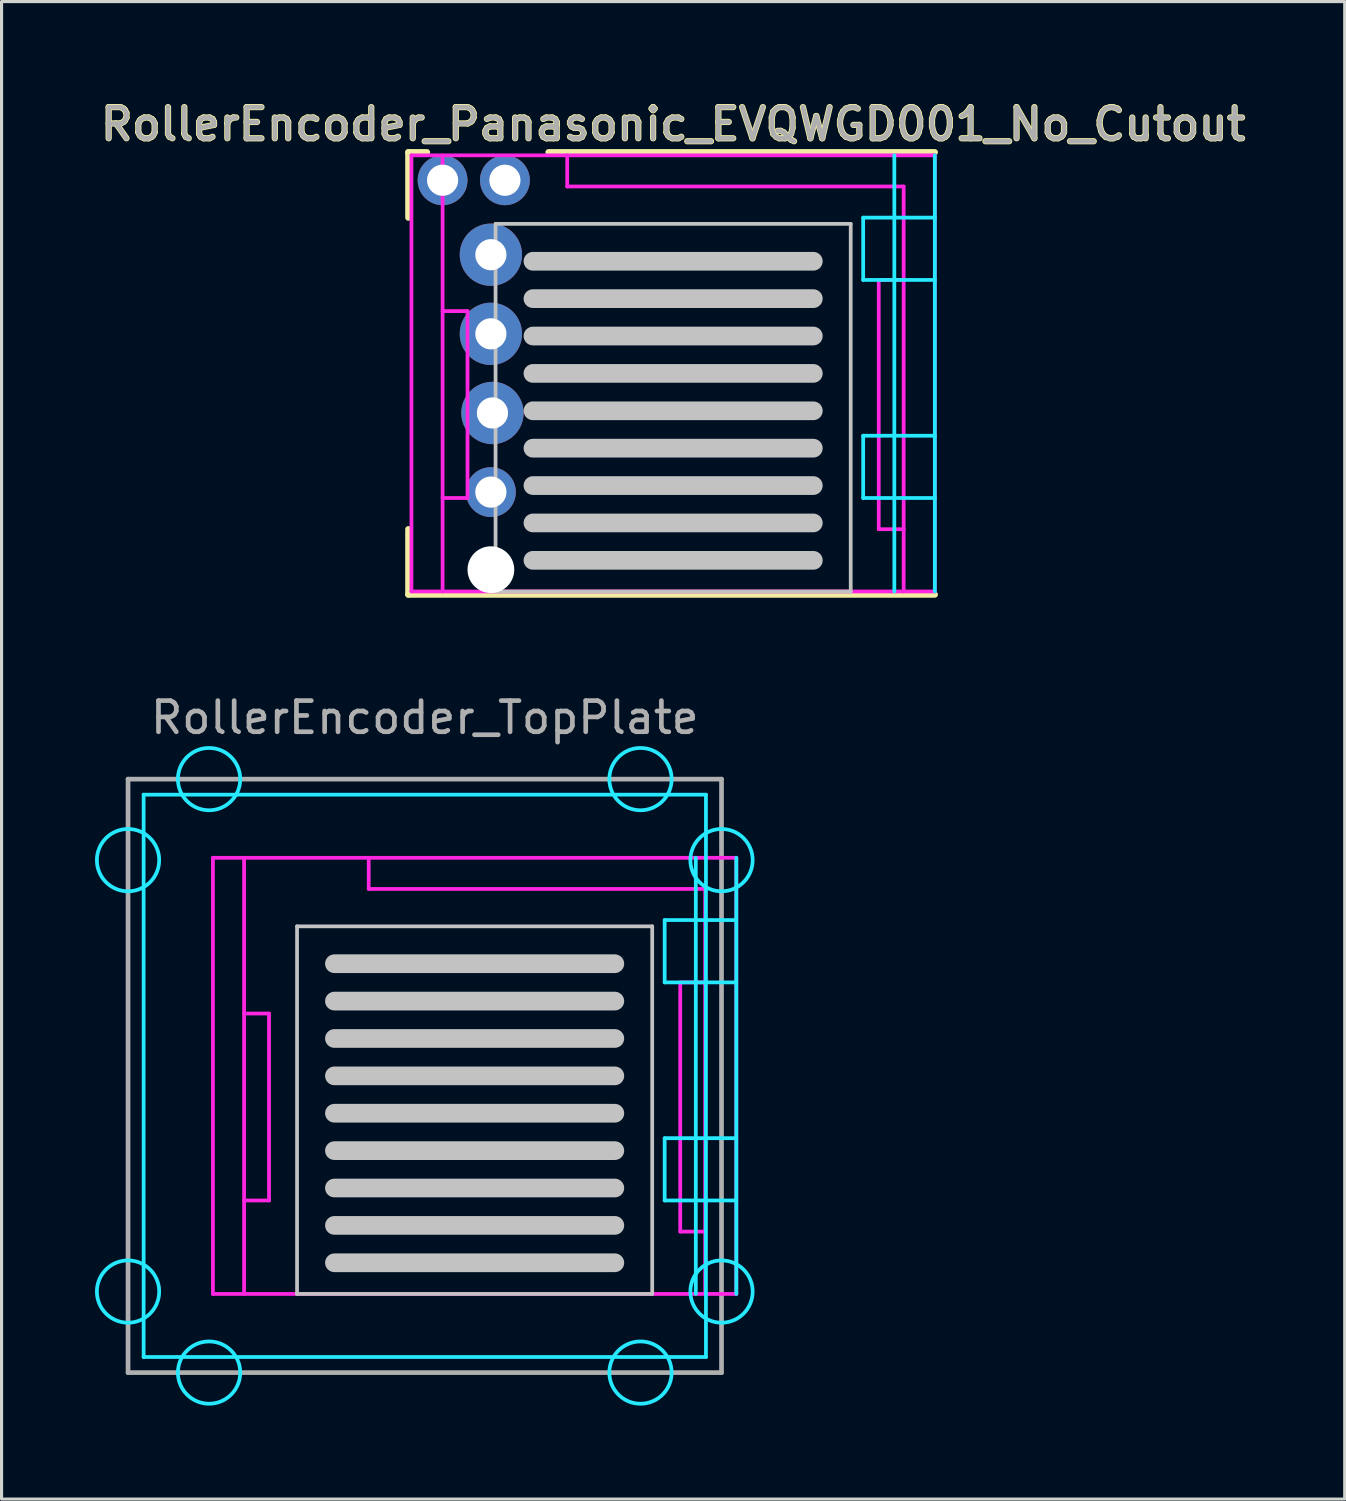
<source format=kicad_pcb>
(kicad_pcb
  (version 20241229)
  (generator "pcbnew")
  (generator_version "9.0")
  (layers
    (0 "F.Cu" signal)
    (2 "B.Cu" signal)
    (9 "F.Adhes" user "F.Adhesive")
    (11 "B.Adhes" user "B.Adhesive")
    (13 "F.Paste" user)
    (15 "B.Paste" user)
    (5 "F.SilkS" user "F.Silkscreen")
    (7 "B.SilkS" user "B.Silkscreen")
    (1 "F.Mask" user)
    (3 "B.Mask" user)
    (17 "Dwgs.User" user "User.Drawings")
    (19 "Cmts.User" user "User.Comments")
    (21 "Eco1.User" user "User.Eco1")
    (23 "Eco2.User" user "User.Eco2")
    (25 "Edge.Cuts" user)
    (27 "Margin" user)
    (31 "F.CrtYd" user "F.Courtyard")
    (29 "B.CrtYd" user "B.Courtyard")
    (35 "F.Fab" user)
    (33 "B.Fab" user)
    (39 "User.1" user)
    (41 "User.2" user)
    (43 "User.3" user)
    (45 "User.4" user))
  (footprint "RollerEncoder_TopPlate"
    (layer "F.Cu")
    (at 10.585 31.484)
    (property "Reference" "RollerEncoder_TopPlate" (at 0 -11.5 0) (layer "F.Fab") (effects (font (size 1 1) (thickness 0.15))))
    (attr through_hole)
    (fp_line (start -4.1 -4.8) (end 7.3 -4.8) (stroke (width 0.12) (type solid)) (layer "Dwgs.User"))
    (fp_line (start -4.1 7) (end -4.1 -4.8) (stroke (width 0.12) (type solid)) (layer "Dwgs.User"))
    (fp_line (start -2.9 -3.6) (end 6.1 -3.6) (stroke (width 0.6) (type solid)) (layer "Dwgs.User"))
    (fp_line (start -2.9 -2.4) (end 6.1 -2.4) (stroke (width 0.6) (type solid)) (layer "Dwgs.User"))
    (fp_line (start -2.9 -1.2) (end 6.1 -1.2) (stroke (width 0.6) (type solid)) (layer "Dwgs.User"))
    (fp_line (start -2.9 0) (end 6.1 0) (stroke (width 0.6) (type solid)) (layer "Dwgs.User"))
    (fp_line (start -2.9 1.2) (end 6.1 1.2) (stroke (width 0.6) (type solid)) (layer "Dwgs.User"))
    (fp_line (start -2.9 2.4) (end 6.1 2.4) (stroke (width 0.6) (type solid)) (layer "Dwgs.User"))
    (fp_line (start -2.9 3.6) (end 6.1 3.6) (stroke (width 0.6) (type solid)) (layer "Dwgs.User"))
    (fp_line (start -2.9 4.8) (end 6.1 4.8) (stroke (width 0.6) (type solid)) (layer "Dwgs.User"))
    (fp_line (start -2.9 6) (end 6.1 6) (stroke (width 0.6) (type solid)) (layer "Dwgs.User"))
    (fp_line (start 7.3 -4.8) (end 7.3 7) (stroke (width 0.12) (type solid)) (layer "Dwgs.User"))
    (fp_line (start 7.3 7) (end -4.1 7) (stroke (width 0.12) (type solid)) (layer "Dwgs.User"))
    (fp_line (start -7 -7) (end 7 -7) (stroke (width 0.05) (type solid)) (layer "Eco2.User"))
    (fp_line (start -7 7) (end -7 -7) (stroke (width 0.05) (type solid)) (layer "Eco2.User"))
    (fp_line (start 7 -7) (end 7 7) (stroke (width 0.05) (type solid)) (layer "Eco2.User"))
    (fp_line (start 7 -7) (end 10 -7) (stroke (width 0.05) (type solid)) (layer "Eco2.User"))
    (fp_line (start 7 7) (end -7 7) (stroke (width 0.05) (type solid)) (layer "Eco2.User"))
    (fp_line (start 10 -7) (end 10 7) (stroke (width 0.05) (type solid)) (layer "Eco2.User"))
    (fp_line (start 10 7) (end 7 7) (stroke (width 0.05) (type solid)) (layer "Eco2.User"))
    (fp_line (start -9.025 -9.025) (end 9.025 -9.025) (stroke (width 0.12) (type solid)) (layer "B.CrtYd"))
    (fp_line (start -9.025 9.025) (end -9.025 -9.025) (stroke (width 0.12) (type solid)) (layer "B.CrtYd"))
    (fp_line (start 7.7 -3) (end 7.7 -5) (stroke (width 0.12) (type solid)) (layer "B.CrtYd"))
    (fp_line (start 7.7 -3) (end 10 -3) (stroke (width 0.12) (type solid)) (layer "B.CrtYd"))
    (fp_line (start 7.7 2) (end 10 2) (stroke (width 0.12) (type solid)) (layer "B.CrtYd"))
    (fp_line (start 7.7 4) (end 7.7 2) (stroke (width 0.12) (type solid)) (layer "B.CrtYd"))
    (fp_line (start 8.7 -7) (end 8.7 7) (stroke (width 0.12) (type solid)) (layer "B.CrtYd"))
    (fp_line (start 9.025 -9.025) (end 9.025 9.025) (stroke (width 0.12) (type solid)) (layer "B.CrtYd"))
    (fp_line (start 9.025 9.025) (end -9.025 9.025) (stroke (width 0.12) (type solid)) (layer "B.CrtYd"))
    (fp_line (start 10 -7) (end 10 7) (stroke (width 0.12) (type solid)) (layer "B.CrtYd"))
    (fp_line (start 10 -5) (end 7.7 -5) (stroke (width 0.12) (type solid)) (layer "B.CrtYd"))
    (fp_line (start 10 4) (end 7.7 4) (stroke (width 0.12) (type solid)) (layer "B.CrtYd"))
    (fp_circle (center -9.525 -6.924) (end -9.525 -7.924) (stroke (width 0.12) (type solid)) (fill no) (layer "B.CrtYd"))
    (fp_circle (center -9.525 6.924) (end -9.525 5.924) (stroke (width 0.12) (type solid)) (fill no) (layer "B.CrtYd"))
    (fp_circle (center -6.924 -9.525) (end -5.924 -9.525) (stroke (width 0.12) (type solid)) (fill no) (layer "B.CrtYd"))
    (fp_circle (center -6.924 9.525) (end -5.924 9.525) (stroke (width 0.12) (type solid)) (fill no) (layer "B.CrtYd"))
    (fp_circle (center 6.924 -9.525) (end 7.924 -9.525) (stroke (width 0.12) (type solid)) (fill no) (layer "B.CrtYd"))
    (fp_circle (center 6.924 9.525) (end 7.924 9.525) (stroke (width 0.12) (type solid)) (fill no) (layer "B.CrtYd"))
    (fp_circle (center 9.525 -6.924) (end 9.525 -7.924) (stroke (width 0.12) (type solid)) (fill no) (layer "B.CrtYd"))
    (fp_circle (center 9.525 6.924) (end 9.525 5.924) (stroke (width 0.12) (type solid)) (fill no) (layer "B.CrtYd"))
    (fp_line (start -6.8 -7) (end 10 -7) (stroke (width 0.12) (type solid)) (layer "F.CrtYd"))
    (fp_line (start -6.8 7) (end -6.8 -7) (stroke (width 0.12) (type solid)) (layer "F.CrtYd"))
    (fp_line (start -5.8 4) (end -5 4) (stroke (width 0.12) (type solid)) (layer "F.CrtYd"))
    (fp_line (start -5.8 7) (end -5.8 -7) (stroke (width 0.12) (type solid)) (layer "F.CrtYd"))
    (fp_line (start -5 -2) (end -5.8 -2) (stroke (width 0.12) (type solid)) (layer "F.CrtYd"))
    (fp_line (start -5 4) (end -5 -2) (stroke (width 0.12) (type solid)) (layer "F.CrtYd"))
    (fp_line (start -1.8 -7) (end -1.8 -6) (stroke (width 0.12) (type solid)) (layer "F.CrtYd"))
    (fp_line (start -1.8 -6) (end 9 -6) (stroke (width 0.12) (type solid)) (layer "F.CrtYd"))
    (fp_line (start 8.2 -3) (end 9 -3) (stroke (width 0.12) (type solid)) (layer "F.CrtYd"))
    (fp_line (start 8.2 5) (end 8.2 -3) (stroke (width 0.12) (type solid)) (layer "F.CrtYd"))
    (fp_line (start 8.2 5) (end 9 5) (stroke (width 0.12) (type solid)) (layer "F.CrtYd"))
    (fp_line (start 9 -6) (end 9 7) (stroke (width 0.12) (type solid)) (layer "F.CrtYd"))
    (fp_line (start 10 -7) (end 10 7) (stroke (width 0.12) (type solid)) (layer "F.CrtYd"))
    (fp_line (start 10 7) (end -6.8 7) (stroke (width 0.12) (type solid)) (layer "F.CrtYd"))
    (fp_line (start -9.525 -9.525) (end -9.525 9.525) (stroke (width 0.15) (type solid)) (layer "F.Fab"))
    (fp_line (start -9.525 9.525) (end 9.525 9.525) (stroke (width 0.15) (type solid)) (layer "F.Fab"))
    (fp_line (start 9.525 -9.525) (end -9.525 -9.525) (stroke (width 0.15) (type solid)) (layer "F.Fab"))
    (fp_line (start 9.525 9.525) (end 9.525 -9.525) (stroke (width 0.15) (type solid)) (layer "F.Fab")))
  (footprint "RollerEncoder_Panasonic_EVQWGD001_No_Cutout"
    (layer "F.Cu")
    (at 18.557 8.936)
    (property "Reference" "RollerEncoder_Panasonic_EVQWGD001_No_Cutout" (at 0 -8 0) (layer "F.Fab") (effects (font (size 1 1) (thickness 0.15))))
    (attr through_hole)
    (fp_line (start -8.5 -7.1) (end -8.5 -5) (stroke (width 0.2) (type solid)) (layer "F.SilkS"))
    (fp_line (start -8.5 5) (end -8.5 7.1) (stroke (width 0.2) (type solid)) (layer "F.SilkS"))
    (fp_line (start -8.5 7.1) (end 8.4 7.1) (stroke (width 0.2) (type solid)) (layer "F.SilkS"))
    (fp_line (start -7.9 -7.1) (end -8.5 -7.1) (stroke (width 0.2) (type solid)) (layer "F.SilkS"))
    (fp_line (start 8.4 -7.1) (end -4 -7.1) (stroke (width 0.2) (type solid)) (layer "F.SilkS"))
    (fp_line (start -5.7 -4.8) (end 5.7 -4.8) (stroke (width 0.12) (type solid)) (layer "Dwgs.User"))
    (fp_line (start -5.7 7) (end -5.7 -4.8) (stroke (width 0.12) (type solid)) (layer "Dwgs.User"))
    (fp_line (start -4.5 -3.6) (end 4.5 -3.6) (stroke (width 0.6) (type solid)) (layer "Dwgs.User"))
    (fp_line (start -4.5 -2.4) (end 4.5 -2.4) (stroke (width 0.6) (type solid)) (layer "Dwgs.User"))
    (fp_line (start -4.5 -1.2) (end 4.5 -1.2) (stroke (width 0.6) (type solid)) (layer "Dwgs.User"))
    (fp_line (start -4.5 0) (end 4.5 0) (stroke (width 0.6) (type solid)) (layer "Dwgs.User"))
    (fp_line (start -4.5 1.2) (end 4.5 1.2) (stroke (width 0.6) (type solid)) (layer "Dwgs.User"))
    (fp_line (start -4.5 2.4) (end 4.5 2.4) (stroke (width 0.6) (type solid)) (layer "Dwgs.User"))
    (fp_line (start -4.5 3.6) (end 4.5 3.6) (stroke (width 0.6) (type solid)) (layer "Dwgs.User"))
    (fp_line (start -4.5 4.8) (end 4.5 4.8) (stroke (width 0.6) (type solid)) (layer "Dwgs.User"))
    (fp_line (start -4.5 6) (end 4.5 6) (stroke (width 0.6) (type solid)) (layer "Dwgs.User"))
    (fp_line (start 5.7 -4.8) (end 5.7 7) (stroke (width 0.12) (type solid)) (layer "Dwgs.User"))
    (fp_line (start 5.7 7) (end -5.7 7) (stroke (width 0.12) (type solid)) (layer "Dwgs.User"))
    (fp_line (start 6.1 -3) (end 6.1 -5) (stroke (width 0.12) (type solid)) (layer "B.CrtYd"))
    (fp_line (start 6.1 -3) (end 8.4 -3) (stroke (width 0.12) (type solid)) (layer "B.CrtYd"))
    (fp_line (start 6.1 2) (end 8.4 2) (stroke (width 0.12) (type solid)) (layer "B.CrtYd"))
    (fp_line (start 6.1 4) (end 6.1 2) (stroke (width 0.12) (type solid)) (layer "B.CrtYd"))
    (fp_line (start 7.1 -7) (end 7.1 7) (stroke (width 0.12) (type solid)) (layer "B.CrtYd"))
    (fp_line (start 8.4 -7) (end 8.4 7) (stroke (width 0.12) (type solid)) (layer "B.CrtYd"))
    (fp_line (start 8.4 -5) (end 6.1 -5) (stroke (width 0.12) (type solid)) (layer "B.CrtYd"))
    (fp_line (start 8.4 4) (end 6.1 4) (stroke (width 0.12) (type solid)) (layer "B.CrtYd"))
    (fp_line (start -8.4 -7) (end 8.4 -7) (stroke (width 0.12) (type solid)) (layer "F.CrtYd"))
    (fp_line (start -8.4 7) (end -8.4 -7) (stroke (width 0.12) (type solid)) (layer "F.CrtYd"))
    (fp_line (start -7.4 4) (end -6.6 4) (stroke (width 0.12) (type solid)) (layer "F.CrtYd"))
    (fp_line (start -7.4 7) (end -7.4 -7) (stroke (width 0.12) (type solid)) (layer "F.CrtYd"))
    (fp_line (start -6.6 -2) (end -7.4 -2) (stroke (width 0.12) (type solid)) (layer "F.CrtYd"))
    (fp_line (start -6.6 4) (end -6.6 -2) (stroke (width 0.12) (type solid)) (layer "F.CrtYd"))
    (fp_line (start -3.4 -7) (end -3.4 -6) (stroke (width 0.12) (type solid)) (layer "F.CrtYd"))
    (fp_line (start -3.4 -6) (end 7.4 -6) (stroke (width 0.12) (type solid)) (layer "F.CrtYd"))
    (fp_line (start 6.6 -3) (end 7.4 -3) (stroke (width 0.12) (type solid)) (layer "F.CrtYd"))
    (fp_line (start 6.6 5) (end 6.6 -3) (stroke (width 0.12) (type solid)) (layer "F.CrtYd"))
    (fp_line (start 6.6 5) (end 7.4 5) (stroke (width 0.12) (type solid)) (layer "F.CrtYd"))
    (fp_line (start 7.4 -6) (end 7.4 7) (stroke (width 0.12) (type solid)) (layer "F.CrtYd"))
    (fp_line (start 8.4 -7) (end 8.4 7) (stroke (width 0.12) (type solid)) (layer "F.CrtYd"))
    (fp_line (start 8.4 7) (end -8.4 7) (stroke (width 0.12) (type solid)) (layer "F.CrtYd"))
    (fp_text user "${REFERENCE}" (at 0 -8 0) (layer "F.SilkS") (effects (font (size 1 1) (thickness 0.2))))
    (pad "" np_thru_hole circle (at -5.85 6.3) (size 1.5 1.5) (drill 1.5) (layers "*.Cu" "*.Mask"))
    (pad "A" thru_hole circle (at -5.85 -3.81) (size 2 2) (drill 1) (layers "*.Cu" "*.Mask"))
    (pad "B" thru_hole circle (at -5.85 -1.27) (size 2 2) (drill 1) (layers "*.Cu" "*.Mask"))
    (pad "C" thru_hole circle (at -5.8 1.27) (size 2 2) (drill 1) (layers "*.Cu" "*.Mask"))
    (pad "D" thru_hole circle (at -5.85 3.81) (size 1.6 1.6) (drill 1) (layers "*.Cu" "*.Mask"))
    (pad "S1" thru_hole circle (at -7.4 -6.2) (size 1.6 1.6) (drill 1) (layers "*.Cu" "*.Mask"))
    (pad "S2" thru_hole circle (at -5.4 -6.2) (size 1.6 1.6) (drill 1) (layers "*.Cu" "*.Mask")))
  (gr_rect
    (start -3 -3)
    (end 40.114 45.069)
    (stroke (width 0.1) (type default))
    (fill no)
    (layer "Edge.Cuts")))
</source>
